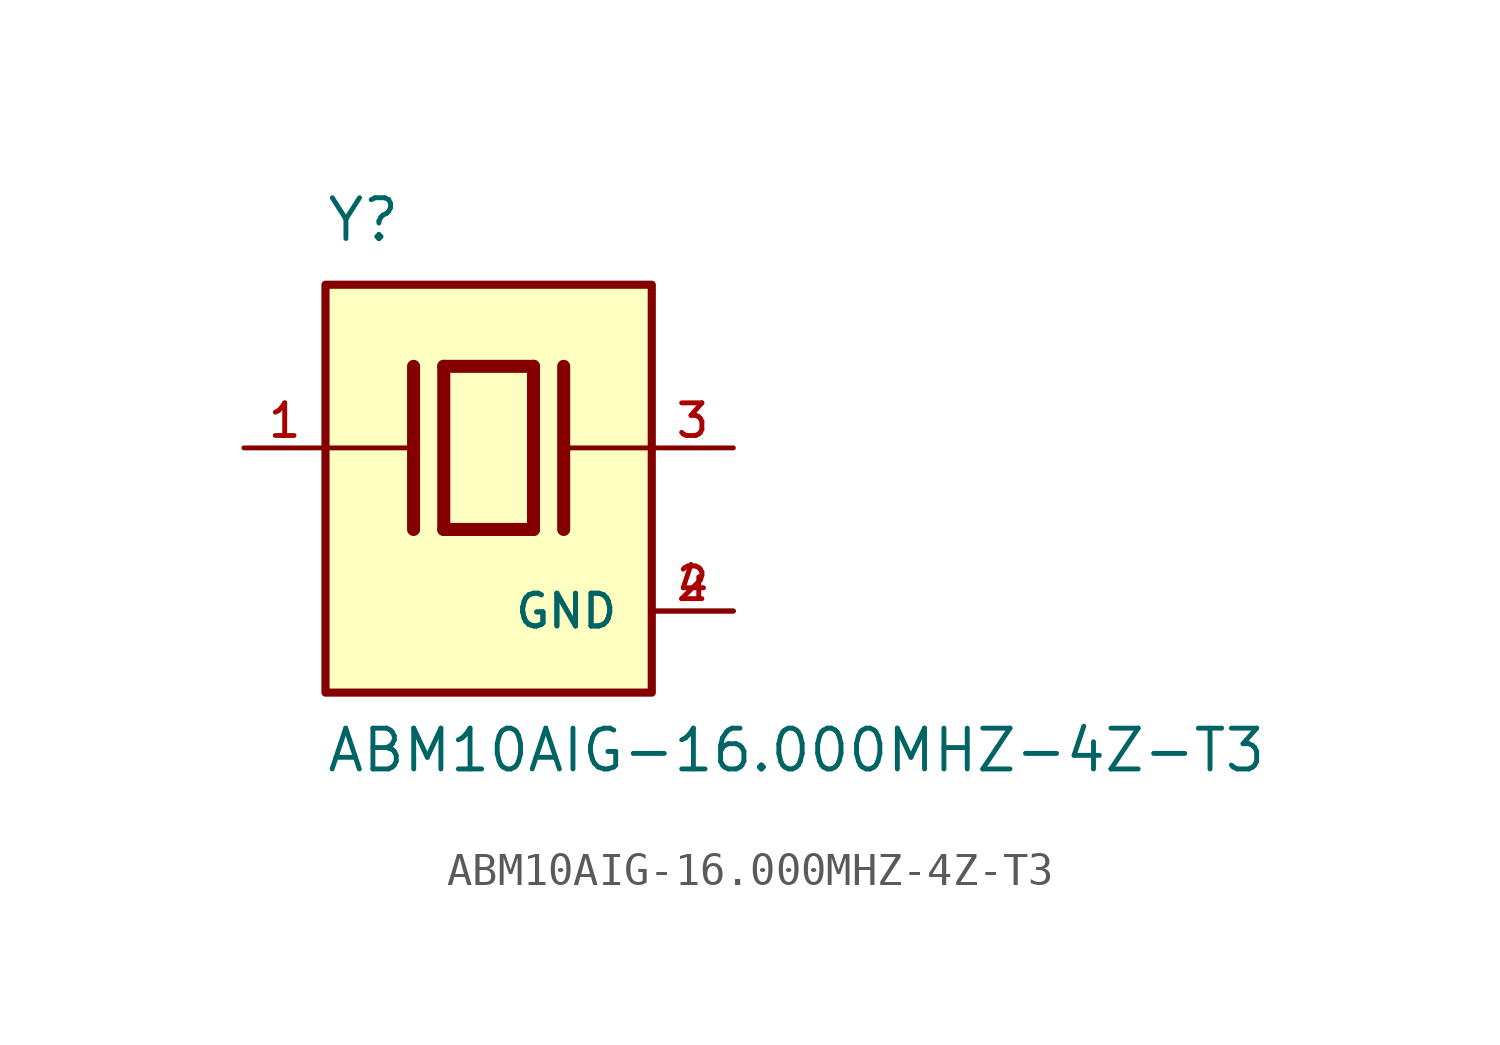
<source format=kicad_sym>
(kicad_symbol_lib
  (version 20211014)
  (generator kicad_symbol_editor)
  (symbol "ABM10AIG-16.000MHZ-4Z-T3"
    (pin_names
      (offset 1.016))
    (property "Reference" "Y"
      (at -5.088 6.356 0)
      (effects (font (size 1.27 1.27)) (justify bottom left)))
    (property "Value" "ABM10AIG-16.000MHZ-4Z-T3"
      (at -5.094 -10.16 0)
      (effects (font (size 1.27 1.27)) (justify bottom left)))
    (symbol "ABM10AIG-16.000MHZ-4Z-T3_0_0"
      (polyline (pts (xy -1.397 2.54) (xy 1.397 2.54)) (stroke (width 0.406)))
      (polyline (pts (xy 1.397 2.54) (xy 1.397 -2.54)) (stroke (width 0.406)))
      (polyline (pts (xy 1.397 -2.54) (xy -1.397 -2.54)) (stroke (width 0.406)))
      (polyline (pts (xy -1.397 2.54) (xy -1.397 -2.54)) (stroke (width 0.406)))
      (polyline (pts (xy 2.337 2.54) (xy 2.337 -2.54)) (stroke (width 0.406)))
      (polyline (pts (xy -2.337 2.54) (xy -2.337 -2.54)) (stroke (width 0.406)))
      (polyline (pts (xy -5.08 0.0) (xy -2.54 0.0)) (stroke (width 0.152)))
      (polyline (pts (xy 2.54 0.0) (xy 5.08 0.0)) (stroke (width 0.152)))
      (rectangle (start -5.08 -7.62) (end 5.08 5.08) (stroke (width 0.254)) (fill (type background)))
      (pin passive line (at 7.62 0.0 180.0) (length 2.54) (name "~" (effects (font (size 1.016 1.016)))) (number "3" (effects (font (size 1.016 1.016)))))
      (pin passive line (at -7.62 0.0 0) (length 2.54) (name "~" (effects (font (size 1.016 1.016)))) (number "1" (effects (font (size 1.016 1.016)))))
      (pin power_in line (at 7.62 -5.08 180.0) (length 2.54) (name "GND" (effects (font (size 1.016 1.016)))) (number "2" (effects (font (size 1.016 1.016)))))
      (pin power_in line (at 7.62 -5.08 180.0) (length 2.54) (name "GND" (effects (font (size 1.016 1.016)))) (number "4" (effects (font (size 1.016 1.016))))))))
</source>
